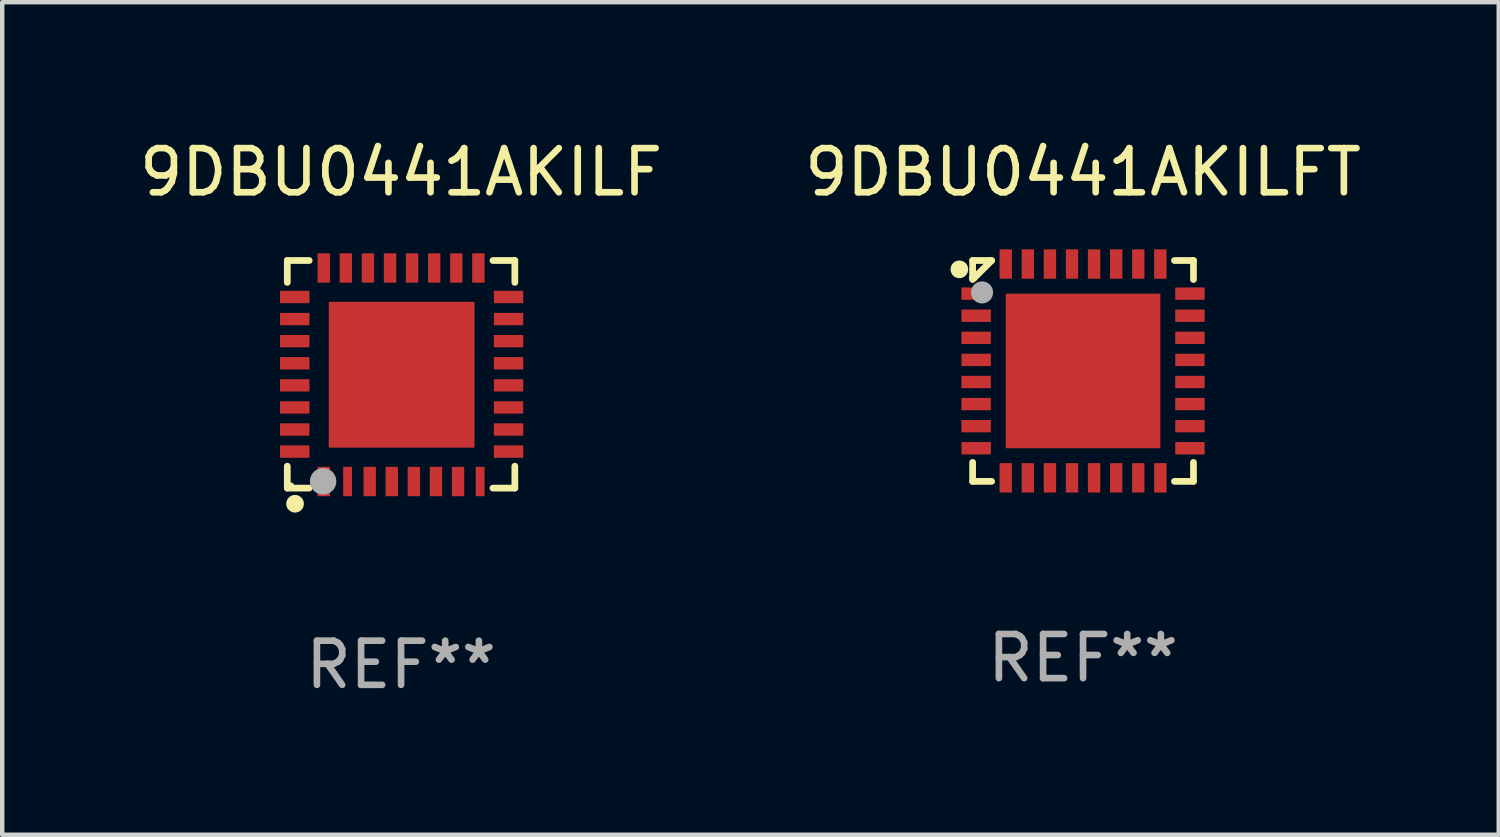
<source format=kicad_pcb>
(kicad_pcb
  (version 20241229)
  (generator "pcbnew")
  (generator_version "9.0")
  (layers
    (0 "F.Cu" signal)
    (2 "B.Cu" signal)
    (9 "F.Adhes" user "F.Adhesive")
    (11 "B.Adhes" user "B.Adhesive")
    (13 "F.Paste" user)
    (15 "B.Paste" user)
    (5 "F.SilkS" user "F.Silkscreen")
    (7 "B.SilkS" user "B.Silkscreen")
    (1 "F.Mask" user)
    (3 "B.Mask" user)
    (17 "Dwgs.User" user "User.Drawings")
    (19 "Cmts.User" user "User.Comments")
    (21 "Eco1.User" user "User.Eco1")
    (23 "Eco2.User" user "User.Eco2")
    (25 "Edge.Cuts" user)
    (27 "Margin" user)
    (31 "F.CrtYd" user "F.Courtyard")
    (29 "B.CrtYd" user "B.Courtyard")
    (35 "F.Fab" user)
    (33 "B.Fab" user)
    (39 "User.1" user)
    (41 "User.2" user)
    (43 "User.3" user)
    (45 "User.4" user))
  (footprint "9DBU0441AKILF"
    (layer "F.Cu")
    (at 6.03 5.424)
    (property "Reference" "9DBU0441AKILF" (at 0 -4.576 0) (layer "F.SilkS") (effects (font (size 1 1) (thickness 0.15))))
    (attr through_hole)
    (fp_line (start -2.576 -2.576) (end -2.576 -2.08) (stroke (width 0.152) (type solid)) (layer "F.SilkS"))
    (fp_line (start -2.576 2.576) (end -2.576 2.08) (stroke (width 0.152) (type solid)) (layer "F.SilkS"))
    (fp_line (start -2.08 -2.576) (end -2.576 -2.576) (stroke (width 0.152) (type solid)) (layer "F.SilkS"))
    (fp_line (start -2.08 2.576) (end -2.576 2.576) (stroke (width 0.152) (type solid)) (layer "F.SilkS"))
    (fp_line (start 2.08 -2.576) (end 2.576 -2.576) (stroke (width 0.152) (type solid)) (layer "F.SilkS"))
    (fp_line (start 2.08 2.576) (end 2.576 2.576) (stroke (width 0.152) (type solid)) (layer "F.SilkS"))
    (fp_line (start 2.576 -2.576) (end 2.576 -2.08) (stroke (width 0.152) (type solid)) (layer "F.SilkS"))
    (fp_line (start 2.576 2.576) (end 2.576 2.08) (stroke (width 0.152) (type solid)) (layer "F.SilkS"))
    (fp_circle (center -2.487 2.51) (end -2.457 2.51) (stroke (width 0.06) (type solid)) (fill no) (layer "F.SilkS"))
    (fp_circle (center -2.4 2.931) (end -2.3 2.931) (stroke (width 0.2) (type solid)) (fill no) (layer "F.SilkS"))
    (fp_circle (center -1.765 2.423) (end -1.615 2.423) (stroke (width 0.3) (type solid)) (fill no) (layer "F.Fab"))
    (fp_text user "REF**" (at 0 6.576 0) (layer "F.Fab") (effects (font (size 1 1) (thickness 0.15))))
    (pad "1" smd rect (at -1.75 2.428) (size 0.28 0.665) (layers "F.Cu" "F.Mask" "F.Paste"))
    (pad "2" smd rect (at -1.21 2.428) (size 0.2 0.665) (layers "F.Cu" "F.Mask" "F.Paste"))
    (pad "3" smd rect (at -0.71 2.428) (size 0.28 0.665) (layers "F.Cu" "F.Mask" "F.Paste"))
    (pad "4" smd rect (at -0.21 2.428) (size 0.28 0.665) (layers "F.Cu" "F.Mask" "F.Paste"))
    (pad "5" smd rect (at 0.29 2.428) (size 0.28 0.665) (layers "F.Cu" "F.Mask" "F.Paste"))
    (pad "6" smd rect (at 0.79 2.428) (size 0.28 0.665) (layers "F.Cu" "F.Mask" "F.Paste"))
    (pad "7" smd rect (at 1.29 2.428) (size 0.28 0.665) (layers "F.Cu" "F.Mask" "F.Paste"))
    (pad "8" smd rect (at 1.79 2.428) (size 0.2 0.665) (layers "F.Cu" "F.Mask" "F.Paste"))
    (pad "9" smd rect (at 2.433 1.75) (size 0.665 0.28) (layers "F.Cu" "F.Mask" "F.Paste"))
    (pad "10" smd rect (at 2.433 1.25) (size 0.665 0.28) (layers "F.Cu" "F.Mask" "F.Paste"))
    (pad "11" smd rect (at 2.433 0.75) (size 0.665 0.28) (layers "F.Cu" "F.Mask" "F.Paste"))
    (pad "12" smd rect (at 2.433 0.25) (size 0.665 0.28) (layers "F.Cu" "F.Mask" "F.Paste"))
    (pad "13" smd rect (at 2.433 -0.25) (size 0.665 0.28) (layers "F.Cu" "F.Mask" "F.Paste"))
    (pad "14" smd rect (at 2.433 -0.75) (size 0.665 0.28) (layers "F.Cu" "F.Mask" "F.Paste"))
    (pad "15" smd rect (at 2.433 -1.25) (size 0.665 0.28) (layers "F.Cu" "F.Mask" "F.Paste"))
    (pad "16" smd rect (at 2.433 -1.75) (size 0.665 0.28) (layers "F.Cu" "F.Mask" "F.Paste"))
    (pad "17" smd rect (at 1.75 -2.407) (size 0.28 0.665) (layers "F.Cu" "F.Mask" "F.Paste"))
    (pad "18" smd rect (at 1.25 -2.407) (size 0.28 0.665) (layers "F.Cu" "F.Mask" "F.Paste"))
    (pad "19" smd rect (at 0.75 -2.407) (size 0.28 0.665) (layers "F.Cu" "F.Mask" "F.Paste"))
    (pad "20" smd rect (at 0.25 -2.407) (size 0.28 0.665) (layers "F.Cu" "F.Mask" "F.Paste"))
    (pad "21" smd rect (at -0.25 -2.407) (size 0.28 0.665) (layers "F.Cu" "F.Mask" "F.Paste"))
    (pad "22" smd rect (at -0.75 -2.407) (size 0.28 0.665) (layers "F.Cu" "F.Mask" "F.Paste"))
    (pad "23" smd rect (at -1.25 -2.407) (size 0.28 0.665) (layers "F.Cu" "F.Mask" "F.Paste"))
    (pad "24" smd rect (at -1.75 -2.407) (size 0.28 0.665) (layers "F.Cu" "F.Mask" "F.Paste"))
    (pad "25" smd rect (at -2.407 -1.75) (size 0.665 0.28) (layers "F.Cu" "F.Mask" "F.Paste"))
    (pad "26" smd rect (at -2.407 -1.25) (size 0.665 0.28) (layers "F.Cu" "F.Mask" "F.Paste"))
    (pad "27" smd rect (at -2.407 -0.75) (size 0.665 0.28) (layers "F.Cu" "F.Mask" "F.Paste"))
    (pad "28" smd rect (at -2.407 -0.25) (size 0.665 0.28) (layers "F.Cu" "F.Mask" "F.Paste"))
    (pad "29" smd rect (at -2.407 0.25) (size 0.665 0.28) (layers "F.Cu" "F.Mask" "F.Paste"))
    (pad "30" smd rect (at -2.407 0.75) (size 0.665 0.28) (layers "F.Cu" "F.Mask" "F.Paste"))
    (pad "31" smd rect (at -2.407 1.25) (size 0.665 0.28) (layers "F.Cu" "F.Mask" "F.Paste"))
    (pad "32" smd rect (at -2.407 1.75) (size 0.665 0.28) (layers "F.Cu" "F.Mask" "F.Paste"))
    (pad "33" smd rect (at 0.013 0.01) (size 3.3 3.3) (layers "F.Cu" "F.Mask" "F.Paste")))
  (footprint "9DBU0441AKILFT"
    (layer "F.Cu")
    (at 21.47 5.348)
    (property "Reference" "9DBU0441AKILFT" (at 0 -4.5 0) (layer "F.SilkS") (effects (font (size 1 1) (thickness 0.15))))
    (attr through_hole)
    (fp_line (start -2.5 -2.5) (end -2.07 -2.5) (stroke (width 0.152) (type solid)) (layer "F.SilkS"))
    (fp_line (start -2.5 -2.11) (end -2.5 -2.5) (stroke (width 0.152) (type solid)) (layer "F.SilkS"))
    (fp_line (start -2.5 -2.11) (end -2.5 -2.07) (stroke (width 0.152) (type solid)) (layer "F.SilkS"))
    (fp_line (start -2.5 -2.11) (end -2.46 -2.11) (stroke (width 0.152) (type solid)) (layer "F.SilkS"))
    (fp_line (start -2.5 2.5) (end -2.5 2.07) (stroke (width 0.152) (type solid)) (layer "F.SilkS"))
    (fp_line (start -2.46 -2.11) (end -2.07 -2.5) (stroke (width 0.152) (type solid)) (layer "F.SilkS"))
    (fp_line (start -2.07 2.5) (end -2.5 2.5) (stroke (width 0.152) (type solid)) (layer "F.SilkS"))
    (fp_line (start 2.07 -2.5) (end 2.5 -2.5) (stroke (width 0.152) (type solid)) (layer "F.SilkS"))
    (fp_line (start 2.5 -2.5) (end 2.5 -2.07) (stroke (width 0.152) (type solid)) (layer "F.SilkS"))
    (fp_line (start 2.5 2.07) (end 2.5 2.5) (stroke (width 0.152) (type solid)) (layer "F.SilkS"))
    (fp_line (start 2.5 2.5) (end 2.07 2.5) (stroke (width 0.152) (type solid)) (layer "F.SilkS"))
    (fp_circle (center -2.8 -2.3) (end -2.7 -2.3) (stroke (width 0.2) (type solid)) (fill no) (layer "F.SilkS"))
    (fp_circle (center -2.5 -2.5) (end -2.47 -2.5) (stroke (width 0.06) (type solid)) (fill no) (layer "F.SilkS"))
    (fp_circle (center -2.286 -1.778) (end -2.161 -1.778) (stroke (width 0.25) (type solid)) (fill no) (layer "F.Fab"))
    (fp_text user "REF**" (at 0 6.5 0) (layer "F.Fab") (effects (font (size 1 1) (thickness 0.15))))
    (pad "1" smd rect (at -2.42 -1.75 270) (size 0.28 0.665) (layers "F.Cu" "F.Mask" "F.Paste"))
    (pad "2" smd rect (at -2.42 -1.25 270) (size 0.28 0.665) (layers "F.Cu" "F.Mask" "F.Paste"))
    (pad "3" smd rect (at -2.42 -0.75 270) (size 0.28 0.665) (layers "F.Cu" "F.Mask" "F.Paste"))
    (pad "4" smd rect (at -2.42 -0.25 270) (size 0.28 0.665) (layers "F.Cu" "F.Mask" "F.Paste"))
    (pad "5" smd rect (at -2.42 0.25 270) (size 0.28 0.665) (layers "F.Cu" "F.Mask" "F.Paste"))
    (pad "6" smd rect (at -2.42 0.75 270) (size 0.28 0.665) (layers "F.Cu" "F.Mask" "F.Paste"))
    (pad "7" smd rect (at -2.42 1.25 270) (size 0.28 0.665) (layers "F.Cu" "F.Mask" "F.Paste"))
    (pad "8" smd rect (at -2.42 1.75 270) (size 0.28 0.665) (layers "F.Cu" "F.Mask" "F.Paste"))
    (pad "9" smd rect (at -1.75 2.42 270) (size 0.665 0.28) (layers "F.Cu" "F.Mask" "F.Paste"))
    (pad "10" smd rect (at -1.25 2.42 270) (size 0.665 0.28) (layers "F.Cu" "F.Mask" "F.Paste"))
    (pad "11" smd rect (at -0.75 2.42 270) (size 0.665 0.28) (layers "F.Cu" "F.Mask" "F.Paste"))
    (pad "12" smd rect (at -0.25 2.42 270) (size 0.665 0.28) (layers "F.Cu" "F.Mask" "F.Paste"))
    (pad "13" smd rect (at 0.25 2.42 270) (size 0.665 0.28) (layers "F.Cu" "F.Mask" "F.Paste"))
    (pad "14" smd rect (at 0.75 2.42 270) (size 0.665 0.28) (layers "F.Cu" "F.Mask" "F.Paste"))
    (pad "15" smd rect (at 1.25 2.42 270) (size 0.665 0.28) (layers "F.Cu" "F.Mask" "F.Paste"))
    (pad "16" smd rect (at 1.75 2.42 270) (size 0.665 0.28) (layers "F.Cu" "F.Mask" "F.Paste"))
    (pad "17" smd rect (at 2.42 1.75 270) (size 0.28 0.665) (layers "F.Cu" "F.Mask" "F.Paste"))
    (pad "18" smd rect (at 2.42 1.25 270) (size 0.28 0.665) (layers "F.Cu" "F.Mask" "F.Paste"))
    (pad "19" smd rect (at 2.42 0.75 270) (size 0.28 0.665) (layers "F.Cu" "F.Mask" "F.Paste"))
    (pad "20" smd rect (at 2.42 0.25 270) (size 0.28 0.665) (layers "F.Cu" "F.Mask" "F.Paste"))
    (pad "21" smd rect (at 2.42 -0.25 270) (size 0.28 0.665) (layers "F.Cu" "F.Mask" "F.Paste"))
    (pad "22" smd rect (at 2.42 -0.75 270) (size 0.28 0.665) (layers "F.Cu" "F.Mask" "F.Paste"))
    (pad "23" smd rect (at 2.42 -1.25 270) (size 0.28 0.665) (layers "F.Cu" "F.Mask" "F.Paste"))
    (pad "24" smd rect (at 2.42 -1.75 270) (size 0.28 0.665) (layers "F.Cu" "F.Mask" "F.Paste"))
    (pad "25" smd rect (at 1.75 -2.42 270) (size 0.665 0.28) (layers "F.Cu" "F.Mask" "F.Paste"))
    (pad "26" smd rect (at 1.25 -2.42 270) (size 0.665 0.28) (layers "F.Cu" "F.Mask" "F.Paste"))
    (pad "27" smd rect (at 0.75 -2.42 270) (size 0.665 0.28) (layers "F.Cu" "F.Mask" "F.Paste"))
    (pad "28" smd rect (at 0.25 -2.42 270) (size 0.665 0.28) (layers "F.Cu" "F.Mask" "F.Paste"))
    (pad "29" smd rect (at -0.25 -2.42 270) (size 0.665 0.28) (layers "F.Cu" "F.Mask" "F.Paste"))
    (pad "30" smd rect (at -0.75 -2.42 270) (size 0.665 0.28) (layers "F.Cu" "F.Mask" "F.Paste"))
    (pad "31" smd rect (at -1.25 -2.42 270) (size 0.665 0.28) (layers "F.Cu" "F.Mask" "F.Paste"))
    (pad "32" smd rect (at -1.75 -2.42 270) (size 0.665 0.28) (layers "F.Cu" "F.Mask" "F.Paste"))
    (pad "33" smd rect (at 0 0 270) (size 3.5 3.5) (layers "F.Cu" "F.Mask" "F.Paste")))
  (gr_rect
    (start -3 -3)
    (end 30.881 15.849)
    (stroke (width 0.1) (type default))
    (fill no)
    (layer "Edge.Cuts")))
</source>
